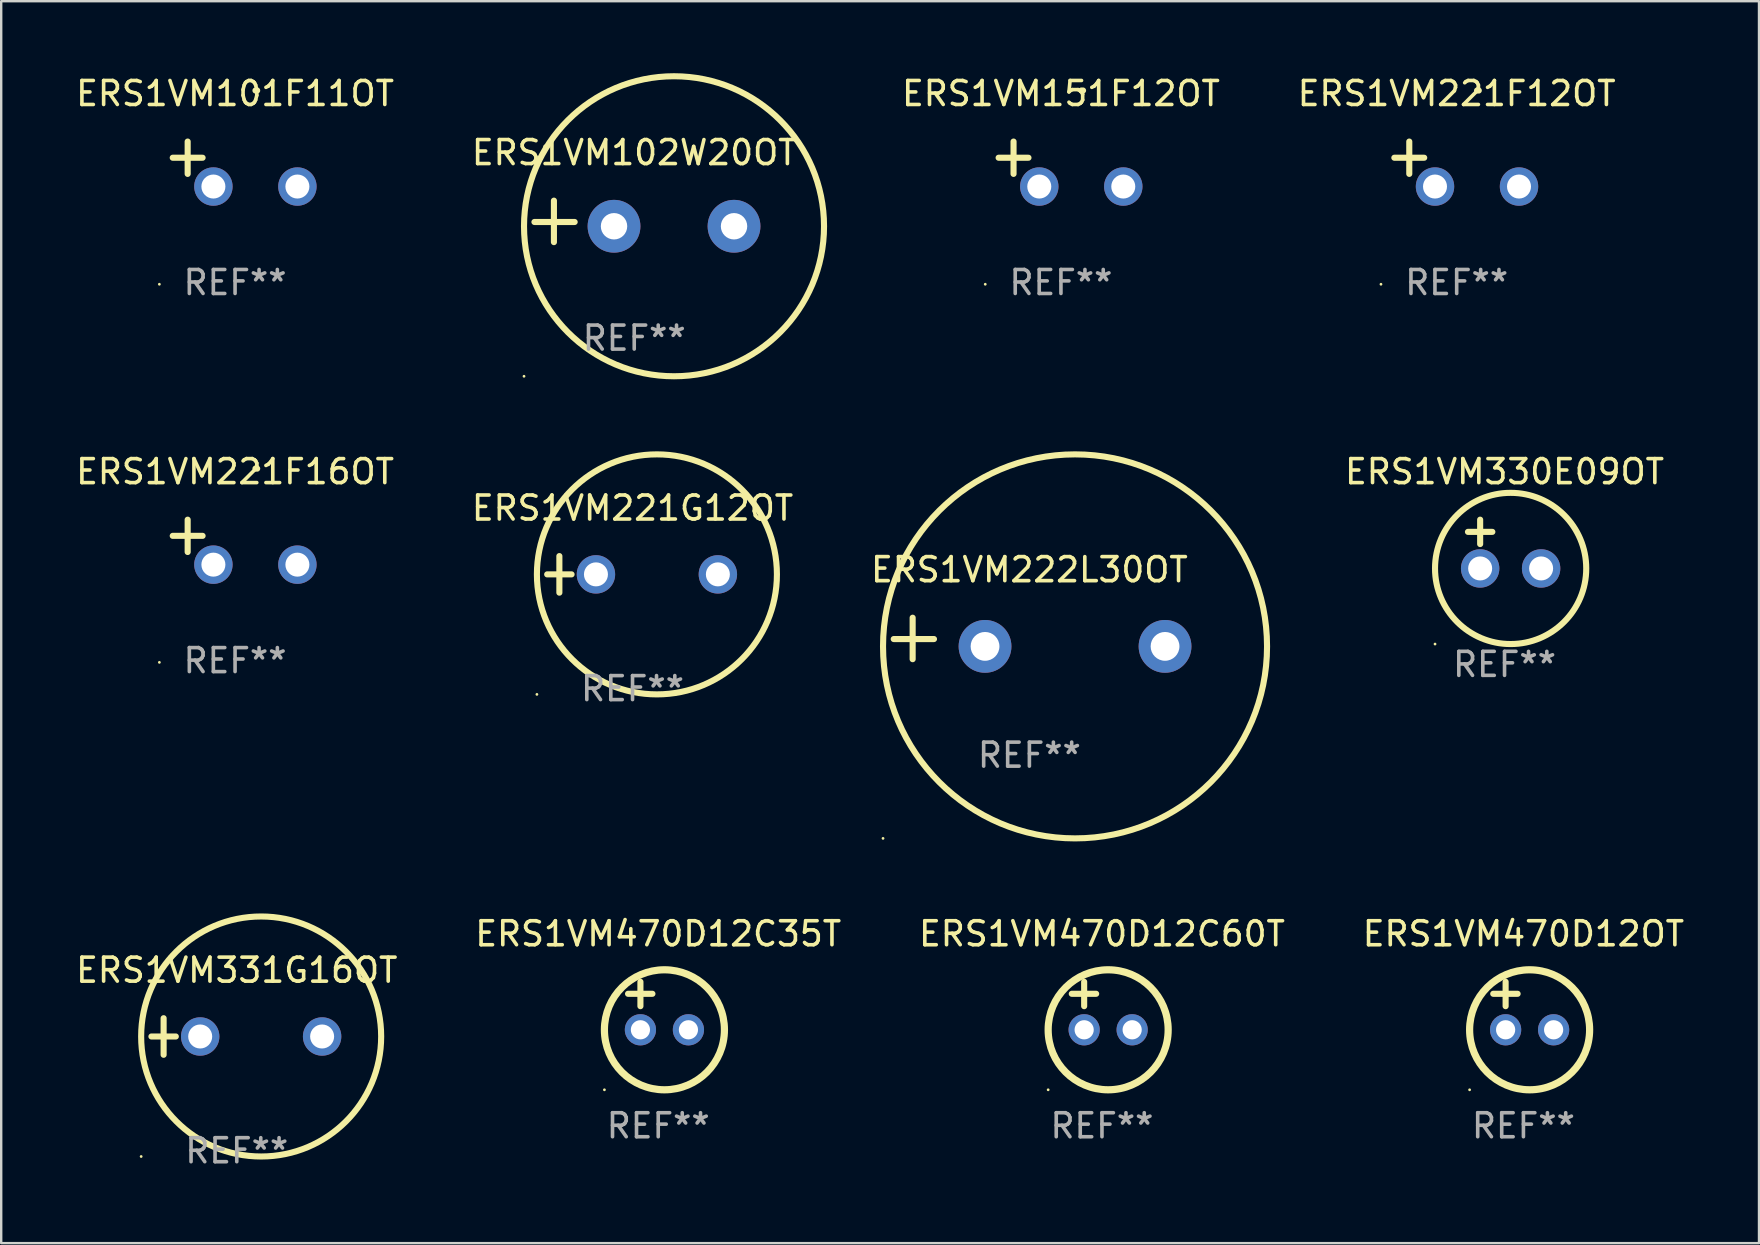
<source format=kicad_pcb>
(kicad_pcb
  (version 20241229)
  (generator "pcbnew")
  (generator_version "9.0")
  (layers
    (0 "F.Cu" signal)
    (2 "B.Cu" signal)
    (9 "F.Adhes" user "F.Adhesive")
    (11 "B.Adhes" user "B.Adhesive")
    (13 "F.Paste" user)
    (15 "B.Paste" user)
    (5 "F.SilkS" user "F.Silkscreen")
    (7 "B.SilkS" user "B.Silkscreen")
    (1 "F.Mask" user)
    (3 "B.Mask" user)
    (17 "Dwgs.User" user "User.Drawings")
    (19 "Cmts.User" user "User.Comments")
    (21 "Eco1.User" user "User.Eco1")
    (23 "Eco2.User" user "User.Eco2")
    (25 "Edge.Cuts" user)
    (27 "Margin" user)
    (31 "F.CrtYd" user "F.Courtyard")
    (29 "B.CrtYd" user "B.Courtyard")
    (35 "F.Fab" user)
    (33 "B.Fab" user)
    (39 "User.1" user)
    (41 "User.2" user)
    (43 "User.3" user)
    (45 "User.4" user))
  (footprint "ERS1VM221F16OT"
    (layer "F.Cu")
    (at 6.744 19.539)
    (property "Reference" "ERS1VM221F16OT" (at 0 -2.937 0) (layer "F.SilkS") (effects (font (size 1 1) (thickness 0.15))))
    (attr through_hole)
    (fp_line (start -1.975 0.41) (end -1.975 -0.937) (stroke (width 0.254) (type solid)) (layer "F.SilkS"))
    (fp_line (start -1.353 -0.263) (end -2.597 -0.263) (stroke (width 0.254) (type solid)) (layer "F.SilkS"))
    (fp_arc (start 0.849809 -3.063957) (mid 0.885369 -3.064114) (end 0.920929 -3.063957) (stroke (width 0.254001) (type solid)) (layer "F.SilkS"))
    (fp_circle (center -3.154 5.008) (end -3.124 5.008) (stroke (width 0.06) (type solid)) (fill no) (layer "F.SilkS"))
    (fp_text user "REF**" (at 0 4.937 0) (layer "F.Fab") (effects (font (size 1 1) (thickness 0.15))))
    (pad "1" thru_hole circle (at -0.903 0.937) (size 1.6 1.6) (drill 1) (layers "*.Cu" "*.Mask"))
    (pad "2" thru_hole circle (at 2.597 0.937) (size 1.6 1.6) (drill 1) (layers "*.Cu" "*.Mask")))
  (footprint "ERS1VM470D12OT"
    (layer "F.Cu")
    (at 60.423 38.856)
    (property "Reference" "ERS1VM470D12OT" (at 0 -3 0) (layer "F.SilkS") (effects (font (size 1 1) (thickness 0.15))))
    (attr through_hole)
    (fp_line (start -1.258 -0.5) (end -0.242 -0.5) (stroke (width 0.254) (type solid)) (layer "F.SilkS"))
    (fp_line (start -0.742 -1) (end -0.742 0.016) (stroke (width 0.254) (type solid)) (layer "F.SilkS"))
    (fp_circle (center -2.242 3.5) (end -2.212 3.5) (stroke (width 0.06) (type solid)) (fill no) (layer "F.SilkS"))
    (fp_circle (center 0.258 1) (end 2.758 1) (stroke (width 0.3) (type solid)) (fill no) (layer "F.SilkS"))
    (fp_text user "REF**" (at 0 5 0) (layer "F.Fab") (effects (font (size 1 1) (thickness 0.15))))
    (pad "1" thru_hole circle (at -0.742 1) (size 1.3 1.3) (drill 0.8) (layers "*.Cu" "*.Mask"))
    (pad "2" thru_hole circle (at 1.258 1) (size 1.3 1.3) (drill 0.8) (layers "*.Cu" "*.Mask")))
  (footprint "ERS1VM330E09OT"
    (layer "F.Cu")
    (at 59.636 19.618)
    (property "Reference" "ERS1VM330E09OT" (at 0 -3.016 0) (layer "F.SilkS") (effects (font (size 1 1) (thickness 0.15))))
    (attr through_hole)
    (fp_line (start -1.524 -0.508) (end -0.508 -0.508) (stroke (width 0.254) (type solid)) (layer "F.SilkS"))
    (fp_line (start -1.016 -1.016) (end -1.016 0) (stroke (width 0.254) (type solid)) (layer "F.SilkS"))
    (fp_circle (center -2.896 4.166) (end -2.866 4.166) (stroke (width 0.06) (type solid)) (fill no) (layer "F.SilkS"))
    (fp_circle (center 0.254 1.016) (end 3.404 1.016) (stroke (width 0.254) (type solid)) (fill no) (layer "F.SilkS"))
    (fp_text user "REF**" (at 0 5.016 0) (layer "F.Fab") (effects (font (size 1 1) (thickness 0.15))))
    (pad "1" thru_hole circle (at -1.016 1.016) (size 1.6 1.6) (drill 1) (layers "*.Cu" "*.Mask"))
    (pad "2" thru_hole circle (at 1.524 1.016) (size 1.6 1.6) (drill 1) (layers "*.Cu" "*.Mask")))
  (footprint "ERS1VM151F12OT"
    (layer "F.Cu")
    (at 41.154 3.785)
    (property "Reference" "ERS1VM151F12OT" (at 0 -2.937 0) (layer "F.SilkS") (effects (font (size 1 1) (thickness 0.15))))
    (attr through_hole)
    (fp_line (start -1.975 0.41) (end -1.975 -0.937) (stroke (width 0.254) (type solid)) (layer "F.SilkS"))
    (fp_line (start -1.353 -0.263) (end -2.597 -0.263) (stroke (width 0.254) (type solid)) (layer "F.SilkS"))
    (fp_arc (start 0.849809 -3.063957) (mid 0.885369 -3.064114) (end 0.920929 -3.063957) (stroke (width 0.254001) (type solid)) (layer "F.SilkS"))
    (fp_circle (center -3.154 5.008) (end -3.124 5.008) (stroke (width 0.06) (type solid)) (fill no) (layer "F.SilkS"))
    (fp_text user "REF**" (at 0 4.937 0) (layer "F.Fab") (effects (font (size 1 1) (thickness 0.15))))
    (pad "1" thru_hole circle (at -0.903 0.937) (size 1.6 1.6) (drill 1) (layers "*.Cu" "*.Mask"))
    (pad "2" thru_hole circle (at 2.597 0.937) (size 1.6 1.6) (drill 1) (layers "*.Cu" "*.Mask")))
  (footprint "ERS1VM221F12OT"
    (layer "F.Cu")
    (at 57.642 3.785)
    (property "Reference" "ERS1VM221F12OT" (at 0 -2.937 0) (layer "F.SilkS") (effects (font (size 1 1) (thickness 0.15))))
    (attr through_hole)
    (fp_line (start -1.975 0.41) (end -1.975 -0.937) (stroke (width 0.254) (type solid)) (layer "F.SilkS"))
    (fp_line (start -1.353 -0.263) (end -2.597 -0.263) (stroke (width 0.254) (type solid)) (layer "F.SilkS"))
    (fp_arc (start 0.849809 -3.063957) (mid 0.885369 -3.064114) (end 0.920929 -3.063957) (stroke (width 0.254001) (type solid)) (layer "F.SilkS"))
    (fp_circle (center -3.154 5.008) (end -3.124 5.008) (stroke (width 0.06) (type solid)) (fill no) (layer "F.SilkS"))
    (fp_text user "REF**" (at 0 4.937 0) (layer "F.Fab") (effects (font (size 1 1) (thickness 0.15))))
    (pad "1" thru_hole circle (at -0.903 0.937) (size 1.6 1.6) (drill 1) (layers "*.Cu" "*.Mask"))
    (pad "2" thru_hole circle (at 2.597 0.937) (size 1.6 1.6) (drill 1) (layers "*.Cu" "*.Mask")))
  (footprint "ERS1VM331G16OT"
    (layer "F.Cu")
    (at 6.815 40.135)
    (property "Reference" "ERS1VM331G16OT" (at 0 -2.762 0) (layer "F.SilkS") (effects (font (size 1 1) (thickness 0.15))))
    (attr through_hole)
    (fp_line (start -3.556 0) (end -2.54 0) (stroke (width 0.254) (type solid)) (layer "F.SilkS"))
    (fp_line (start -3.048 -0.762) (end -3.048 0.762) (stroke (width 0.254) (type solid)) (layer "F.SilkS"))
    (fp_circle (center -3.984 5) (end -3.954 5) (stroke (width 0.06) (type solid)) (fill no) (layer "F.SilkS"))
    (fp_circle (center 1.016 0) (end 6.016 0) (stroke (width 0.254) (type solid)) (fill no) (layer "F.SilkS"))
    (fp_text user "REF**" (at 0 4.762 0) (layer "F.Fab") (effects (font (size 1 1) (thickness 0.15))))
    (pad "1" thru_hole circle (at -1.524 0) (size 1.6 1.6) (drill 1) (layers "*.Cu" "*.Mask"))
    (pad "2" thru_hole circle (at 3.556 0) (size 1.6 1.6) (drill 1) (layers "*.Cu" "*.Mask")))
  (footprint "ERS1VM101F11OT"
    (layer "F.Cu")
    (at 6.744 3.785)
    (property "Reference" "ERS1VM101F11OT" (at 0 -2.937 0) (layer "F.SilkS") (effects (font (size 1 1) (thickness 0.15))))
    (attr through_hole)
    (fp_line (start -1.975 0.41) (end -1.975 -0.937) (stroke (width 0.254) (type solid)) (layer "F.SilkS"))
    (fp_line (start -1.353 -0.263) (end -2.597 -0.263) (stroke (width 0.254) (type solid)) (layer "F.SilkS"))
    (fp_arc (start 0.849809 -3.063957) (mid 0.885369 -3.064114) (end 0.920929 -3.063957) (stroke (width 0.254001) (type solid)) (layer "F.SilkS"))
    (fp_circle (center -3.154 5.008) (end -3.124 5.008) (stroke (width 0.06) (type solid)) (fill no) (layer "F.SilkS"))
    (fp_text user "REF**" (at 0 4.937 0) (layer "F.Fab") (effects (font (size 1 1) (thickness 0.15))))
    (pad "1" thru_hole circle (at -0.903 0.937) (size 1.6 1.6) (drill 1) (layers "*.Cu" "*.Mask"))
    (pad "2" thru_hole circle (at 2.597 0.937) (size 1.6 1.6) (drill 1) (layers "*.Cu" "*.Mask")))
  (footprint "ERS1VM222L30OT"
    (layer "F.Cu")
    (at 39.839 23.551)
    (property "Reference" "ERS1VM222L30OT" (at 0 -2.864 0) (layer "F.SilkS") (effects (font (size 1 1) (thickness 0.15))))
    (attr through_hole)
    (fp_line (start -4.864 0.864) (end -4.864 -0.864) (stroke (width 0.254) (type solid)) (layer "F.SilkS"))
    (fp_line (start -3.975 0.025) (end -5.652 0.025) (stroke (width 0.254) (type solid)) (layer "F.SilkS"))
    (fp_circle (center -6.098 8.33) (end -6.068 8.33) (stroke (width 0.06) (type solid)) (fill no) (layer "F.SilkS"))
    (fp_circle (center 1.902 0.33) (end 9.902 0.33) (stroke (width 0.254) (type solid)) (fill no) (layer "F.SilkS"))
    (fp_text user "REF**" (at 0 4.864 0) (layer "F.Fab") (effects (font (size 1 1) (thickness 0.15))))
    (pad "1" thru_hole circle (at -1.848 0.33) (size 2.2 2.2) (drill 1.2) (layers "*.Cu" "*.Mask"))
    (pad "2" thru_hole circle (at 5.652 0.33) (size 2.2 2.2) (drill 1.2) (layers "*.Cu" "*.Mask")))
  (footprint "ERS1VM470D12C35T"
    (layer "F.Cu")
    (at 24.375 38.856)
    (property "Reference" "ERS1VM470D12C35T" (at 0 -3 0) (layer "F.SilkS") (effects (font (size 1 1) (thickness 0.15))))
    (attr through_hole)
    (fp_line (start -1.258 -0.5) (end -0.242 -0.5) (stroke (width 0.254) (type solid)) (layer "F.SilkS"))
    (fp_line (start -0.742 -1) (end -0.742 0.016) (stroke (width 0.254) (type solid)) (layer "F.SilkS"))
    (fp_circle (center -2.242 3.5) (end -2.212 3.5) (stroke (width 0.06) (type solid)) (fill no) (layer "F.SilkS"))
    (fp_circle (center 0.258 1) (end 2.758 1) (stroke (width 0.3) (type solid)) (fill no) (layer "F.SilkS"))
    (fp_text user "REF**" (at 0 5 0) (layer "F.Fab") (effects (font (size 1 1) (thickness 0.15))))
    (pad "1" thru_hole circle (at -0.742 1) (size 1.3 1.3) (drill 0.8) (layers "*.Cu" "*.Mask"))
    (pad "2" thru_hole circle (at 1.258 1) (size 1.3 1.3) (drill 0.8) (layers "*.Cu" "*.Mask")))
  (footprint "ERS1VM470D12C60T"
    (layer "F.Cu")
    (at 42.863 38.856)
    (property "Reference" "ERS1VM470D12C60T" (at 0 -3 0) (layer "F.SilkS") (effects (font (size 1 1) (thickness 0.15))))
    (attr through_hole)
    (fp_line (start -1.258 -0.5) (end -0.242 -0.5) (stroke (width 0.254) (type solid)) (layer "F.SilkS"))
    (fp_line (start -0.742 -1) (end -0.742 0.016) (stroke (width 0.254) (type solid)) (layer "F.SilkS"))
    (fp_circle (center -2.242 3.5) (end -2.212 3.5) (stroke (width 0.06) (type solid)) (fill no) (layer "F.SilkS"))
    (fp_circle (center 0.258 1) (end 2.758 1) (stroke (width 0.3) (type solid)) (fill no) (layer "F.SilkS"))
    (fp_text user "REF**" (at 0 5 0) (layer "F.Fab") (effects (font (size 1 1) (thickness 0.15))))
    (pad "1" thru_hole circle (at -0.742 1) (size 1.3 1.3) (drill 0.8) (layers "*.Cu" "*.Mask"))
    (pad "2" thru_hole circle (at 1.258 1) (size 1.3 1.3) (drill 0.8) (layers "*.Cu" "*.Mask")))
  (footprint "ERS1VM102W20OT"
    (layer "F.Cu")
    (at 23.375 6.174)
    (property "Reference" "ERS1VM102W20OT" (at 0 -2.864 0) (layer "F.SilkS") (effects (font (size 1 1) (thickness 0.15))))
    (attr through_hole)
    (fp_line (start -3.346 0.864) (end -3.346 -0.864) (stroke (width 0.254) (type solid)) (layer "F.SilkS"))
    (fp_line (start -2.482 0.025) (end -4.158 0.025) (stroke (width 0.254) (type solid)) (layer "F.SilkS"))
    (fp_circle (center -4.592 6.453) (end -4.562 6.453) (stroke (width 0.06) (type solid)) (fill no) (layer "F.SilkS"))
    (fp_circle (center 1.658 0.203) (end 7.908 0.203) (stroke (width 0.254) (type solid)) (fill no) (layer "F.SilkS"))
    (fp_text user "REF**" (at 0 4.864 0) (layer "F.Fab") (effects (font (size 1 1) (thickness 0.15))))
    (pad "1" thru_hole circle (at -0.842 0.203) (size 2.2 2.2) (drill 1.1) (layers "*.Cu" "*.Mask"))
    (pad "2" thru_hole circle (at 4.158 0.203) (size 2.2 2.2) (drill 1.1) (layers "*.Cu" "*.Mask")))
  (footprint "ERS1VM221G12OT"
    (layer "F.Cu")
    (at 23.304 20.881)
    (property "Reference" "ERS1VM221G12OT" (at 0 -2.762 0) (layer "F.SilkS") (effects (font (size 1 1) (thickness 0.15))))
    (attr through_hole)
    (fp_line (start -3.556 0) (end -2.54 0) (stroke (width 0.254) (type solid)) (layer "F.SilkS"))
    (fp_line (start -3.048 -0.762) (end -3.048 0.762) (stroke (width 0.254) (type solid)) (layer "F.SilkS"))
    (fp_circle (center -3.984 5) (end -3.954 5) (stroke (width 0.06) (type solid)) (fill no) (layer "F.SilkS"))
    (fp_circle (center 1.016 0) (end 6.016 0) (stroke (width 0.254) (type solid)) (fill no) (layer "F.SilkS"))
    (fp_text user "REF**" (at 0 4.762 0) (layer "F.Fab") (effects (font (size 1 1) (thickness 0.15))))
    (pad "1" thru_hole circle (at -1.524 0) (size 1.6 1.6) (drill 1) (layers "*.Cu" "*.Mask"))
    (pad "2" thru_hole circle (at 3.556 0) (size 1.6 1.6) (drill 1) (layers "*.Cu" "*.Mask")))
  (gr_rect
    (start -3 -3)
    (end 70.238 48.745)
    (stroke (width 0.1) (type default))
    (fill no)
    (layer "Edge.Cuts")))
</source>
